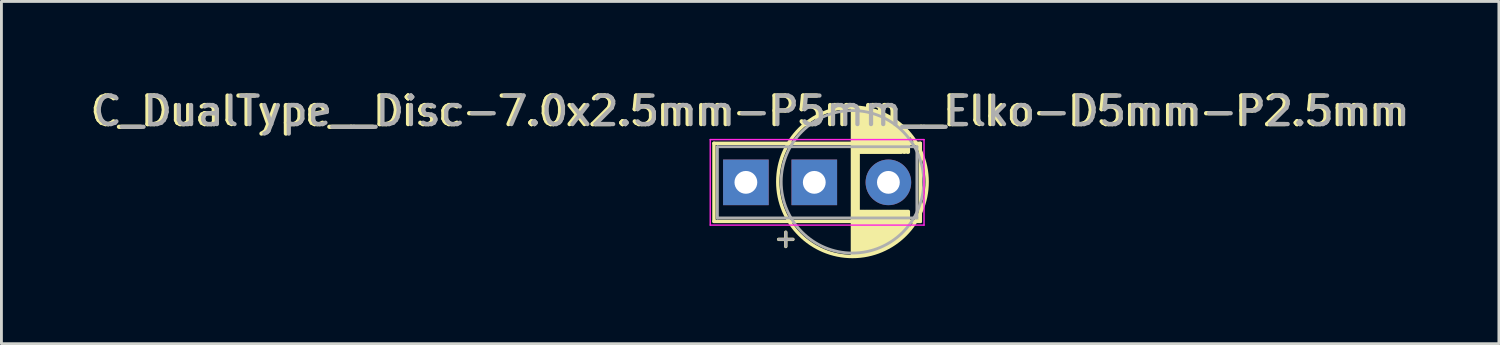
<source format=kicad_pcb>
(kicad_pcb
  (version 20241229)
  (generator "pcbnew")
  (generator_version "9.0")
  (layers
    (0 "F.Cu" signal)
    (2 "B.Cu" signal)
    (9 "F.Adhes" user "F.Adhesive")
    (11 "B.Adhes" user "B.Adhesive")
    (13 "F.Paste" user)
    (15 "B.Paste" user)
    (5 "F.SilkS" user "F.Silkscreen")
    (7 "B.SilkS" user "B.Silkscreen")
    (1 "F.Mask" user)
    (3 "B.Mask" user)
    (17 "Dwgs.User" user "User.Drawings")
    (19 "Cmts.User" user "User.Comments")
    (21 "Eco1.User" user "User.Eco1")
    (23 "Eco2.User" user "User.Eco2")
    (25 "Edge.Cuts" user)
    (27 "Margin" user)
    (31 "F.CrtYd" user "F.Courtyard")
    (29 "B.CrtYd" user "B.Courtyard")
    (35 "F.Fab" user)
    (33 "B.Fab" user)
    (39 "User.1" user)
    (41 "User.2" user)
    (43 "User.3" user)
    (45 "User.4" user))
  (footprint "C_DualType__Disc-7.0x2.5mm-P5mm__Elko-D5mm-P2.5mm"
    (layer "F.Cu")
    (at 23.12 3.348)
    (property "Reference" "C_DualType__Disc-7.0x2.5mm-P5mm__Elko-D5mm-P2.5mm" (at 0.1 -2.5 180) (layer "F.SilkS") (effects (font (size 1 1) (thickness 0.15))))
    (attr through_hole)
    (fp_line (start -1.12 -1.37) (end -1.12 1.37) (stroke (width 0.12) (type solid)) (layer "F.SilkS"))
    (fp_line (start -1.12 -1.37) (end 6.12 -1.37) (stroke (width 0.12) (type solid)) (layer "F.SilkS"))
    (fp_line (start -1.12 1.37) (end 6.12 1.37) (stroke (width 0.12) (type solid)) (layer "F.SilkS"))
    (fp_line (start 1.15 2) (end 1.65 2) (stroke (width 0.12) (type solid)) (layer "F.SilkS"))
    (fp_line (start 1.4 1.75) (end 1.4 2.25) (stroke (width 0.12) (type solid)) (layer "F.SilkS"))
    (fp_line (start 3.739 -2.599) (end 3.739 2.561) (stroke (width 0.12) (type solid)) (layer "F.SilkS"))
    (fp_line (start 3.779 -2.599) (end 3.779 2.561) (stroke (width 0.12) (type solid)) (layer "F.SilkS"))
    (fp_line (start 3.819 -2.598) (end 3.819 2.56) (stroke (width 0.12) (type solid)) (layer "F.SilkS"))
    (fp_line (start 3.859 -2.597) (end 3.859 2.559) (stroke (width 0.12) (type solid)) (layer "F.SilkS"))
    (fp_line (start 3.899 -2.595) (end 3.899 2.557) (stroke (width 0.12) (type solid)) (layer "F.SilkS"))
    (fp_line (start 3.939 -2.592) (end 3.939 2.554) (stroke (width 0.12) (type solid)) (layer "F.SilkS"))
    (fp_line (start 3.979 -2.588) (end 3.979 -1.059) (stroke (width 0.12) (type solid)) (layer "F.SilkS"))
    (fp_line (start 3.979 1.021) (end 3.979 2.55) (stroke (width 0.12) (type solid)) (layer "F.SilkS"))
    (fp_line (start 4.019 -2.584) (end 4.019 -1.059) (stroke (width 0.12) (type solid)) (layer "F.SilkS"))
    (fp_line (start 4.019 1.021) (end 4.019 2.546) (stroke (width 0.12) (type solid)) (layer "F.SilkS"))
    (fp_line (start 4.059 -2.58) (end 4.059 -1.059) (stroke (width 0.12) (type solid)) (layer "F.SilkS"))
    (fp_line (start 4.059 1.021) (end 4.059 2.542) (stroke (width 0.12) (type solid)) (layer "F.SilkS"))
    (fp_line (start 4.099 -2.575) (end 4.099 -1.059) (stroke (width 0.12) (type solid)) (layer "F.SilkS"))
    (fp_line (start 4.099 1.021) (end 4.099 2.537) (stroke (width 0.12) (type solid)) (layer "F.SilkS"))
    (fp_line (start 4.139 -2.569) (end 4.139 -1.059) (stroke (width 0.12) (type solid)) (layer "F.SilkS"))
    (fp_line (start 4.139 1.021) (end 4.139 2.531) (stroke (width 0.12) (type solid)) (layer "F.SilkS"))
    (fp_line (start 4.179 -2.562) (end 4.179 -1.059) (stroke (width 0.12) (type solid)) (layer "F.SilkS"))
    (fp_line (start 4.179 1.021) (end 4.179 2.524) (stroke (width 0.12) (type solid)) (layer "F.SilkS"))
    (fp_line (start 4.219 -2.555) (end 4.219 -1.059) (stroke (width 0.12) (type solid)) (layer "F.SilkS"))
    (fp_line (start 4.219 1.021) (end 4.219 2.517) (stroke (width 0.12) (type solid)) (layer "F.SilkS"))
    (fp_line (start 4.259 -2.547) (end 4.259 -1.059) (stroke (width 0.12) (type solid)) (layer "F.SilkS"))
    (fp_line (start 4.259 1.021) (end 4.259 2.509) (stroke (width 0.12) (type solid)) (layer "F.SilkS"))
    (fp_line (start 4.299 -2.539) (end 4.299 -1.059) (stroke (width 0.12) (type solid)) (layer "F.SilkS"))
    (fp_line (start 4.299 1.021) (end 4.299 2.501) (stroke (width 0.12) (type solid)) (layer "F.SilkS"))
    (fp_line (start 4.339 -2.53) (end 4.339 -1.059) (stroke (width 0.12) (type solid)) (layer "F.SilkS"))
    (fp_line (start 4.339 1.021) (end 4.339 2.492) (stroke (width 0.12) (type solid)) (layer "F.SilkS"))
    (fp_line (start 4.379 -2.52) (end 4.379 -1.059) (stroke (width 0.12) (type solid)) (layer "F.SilkS"))
    (fp_line (start 4.379 1.021) (end 4.379 2.482) (stroke (width 0.12) (type solid)) (layer "F.SilkS"))
    (fp_line (start 4.419 -2.51) (end 4.419 -1.059) (stroke (width 0.12) (type solid)) (layer "F.SilkS"))
    (fp_line (start 4.419 1.021) (end 4.419 2.472) (stroke (width 0.12) (type solid)) (layer "F.SilkS"))
    (fp_line (start 4.46 -2.499) (end 4.46 -1.059) (stroke (width 0.12) (type solid)) (layer "F.SilkS"))
    (fp_line (start 4.46 1.021) (end 4.46 2.461) (stroke (width 0.12) (type solid)) (layer "F.SilkS"))
    (fp_line (start 4.5 -2.487) (end 4.5 -1.059) (stroke (width 0.12) (type solid)) (layer "F.SilkS"))
    (fp_line (start 4.5 1.021) (end 4.5 2.449) (stroke (width 0.12) (type solid)) (layer "F.SilkS"))
    (fp_line (start 4.54 -2.474) (end 4.54 -1.059) (stroke (width 0.12) (type solid)) (layer "F.SilkS"))
    (fp_line (start 4.54 1.021) (end 4.54 2.436) (stroke (width 0.12) (type solid)) (layer "F.SilkS"))
    (fp_line (start 4.58 -2.461) (end 4.58 -1.059) (stroke (width 0.12) (type solid)) (layer "F.SilkS"))
    (fp_line (start 4.58 1.021) (end 4.58 2.423) (stroke (width 0.12) (type solid)) (layer "F.SilkS"))
    (fp_line (start 4.62 -2.447) (end 4.62 -1.059) (stroke (width 0.12) (type solid)) (layer "F.SilkS"))
    (fp_line (start 4.62 1.021) (end 4.62 2.409) (stroke (width 0.12) (type solid)) (layer "F.SilkS"))
    (fp_line (start 4.66 -2.433) (end 4.66 -1.059) (stroke (width 0.12) (type solid)) (layer "F.SilkS"))
    (fp_line (start 4.66 1.021) (end 4.66 2.395) (stroke (width 0.12) (type solid)) (layer "F.SilkS"))
    (fp_line (start 4.7 -2.417) (end 4.7 -1.059) (stroke (width 0.12) (type solid)) (layer "F.SilkS"))
    (fp_line (start 4.7 1.021) (end 4.7 2.379) (stroke (width 0.12) (type solid)) (layer "F.SilkS"))
    (fp_line (start 4.74 -2.401) (end 4.74 -1.059) (stroke (width 0.12) (type solid)) (layer "F.SilkS"))
    (fp_line (start 4.74 1.021) (end 4.74 2.363) (stroke (width 0.12) (type solid)) (layer "F.SilkS"))
    (fp_line (start 4.78 -2.384) (end 4.78 -1.059) (stroke (width 0.12) (type solid)) (layer "F.SilkS"))
    (fp_line (start 4.78 1.021) (end 4.78 2.346) (stroke (width 0.12) (type solid)) (layer "F.SilkS"))
    (fp_line (start 4.82 -2.367) (end 4.82 -1.059) (stroke (width 0.12) (type solid)) (layer "F.SilkS"))
    (fp_line (start 4.82 1.021) (end 4.82 2.329) (stroke (width 0.12) (type solid)) (layer "F.SilkS"))
    (fp_line (start 4.86 -2.348) (end 4.86 -1.059) (stroke (width 0.12) (type solid)) (layer "F.SilkS"))
    (fp_line (start 4.86 1.021) (end 4.86 2.31) (stroke (width 0.12) (type solid)) (layer "F.SilkS"))
    (fp_line (start 4.9 -2.329) (end 4.9 -1.059) (stroke (width 0.12) (type solid)) (layer "F.SilkS"))
    (fp_line (start 4.9 1.021) (end 4.9 2.291) (stroke (width 0.12) (type solid)) (layer "F.SilkS"))
    (fp_line (start 4.94 -2.309) (end 4.94 -1.059) (stroke (width 0.12) (type solid)) (layer "F.SilkS"))
    (fp_line (start 4.94 1.021) (end 4.94 2.271) (stroke (width 0.12) (type solid)) (layer "F.SilkS"))
    (fp_line (start 4.98 -2.287) (end 4.98 -1.059) (stroke (width 0.12) (type solid)) (layer "F.SilkS"))
    (fp_line (start 4.98 1.021) (end 4.98 2.249) (stroke (width 0.12) (type solid)) (layer "F.SilkS"))
    (fp_line (start 5.02 -2.266) (end 5.02 -1.059) (stroke (width 0.12) (type solid)) (layer "F.SilkS"))
    (fp_line (start 5.02 1.021) (end 5.02 2.228) (stroke (width 0.12) (type solid)) (layer "F.SilkS"))
    (fp_line (start 5.06 -2.243) (end 5.06 -1.059) (stroke (width 0.12) (type solid)) (layer "F.SilkS"))
    (fp_line (start 5.06 1.021) (end 5.06 2.205) (stroke (width 0.12) (type solid)) (layer "F.SilkS"))
    (fp_line (start 5.1 -2.219) (end 5.1 -1.059) (stroke (width 0.12) (type solid)) (layer "F.SilkS"))
    (fp_line (start 5.1 1.021) (end 5.1 2.181) (stroke (width 0.12) (type solid)) (layer "F.SilkS"))
    (fp_line (start 5.14 -2.194) (end 5.14 -1.059) (stroke (width 0.12) (type solid)) (layer "F.SilkS"))
    (fp_line (start 5.14 1.021) (end 5.14 2.156) (stroke (width 0.12) (type solid)) (layer "F.SilkS"))
    (fp_line (start 5.18 -2.168) (end 5.18 -1.059) (stroke (width 0.12) (type solid)) (layer "F.SilkS"))
    (fp_line (start 5.18 1.021) (end 5.18 2.13) (stroke (width 0.12) (type solid)) (layer "F.SilkS"))
    (fp_line (start 5.22 -2.141) (end 5.22 -1.059) (stroke (width 0.12) (type solid)) (layer "F.SilkS"))
    (fp_line (start 5.22 1.021) (end 5.22 2.103) (stroke (width 0.12) (type solid)) (layer "F.SilkS"))
    (fp_line (start 5.26 -2.114) (end 5.26 -1.059) (stroke (width 0.12) (type solid)) (layer "F.SilkS"))
    (fp_line (start 5.26 1.021) (end 5.26 2.076) (stroke (width 0.12) (type solid)) (layer "F.SilkS"))
    (fp_line (start 5.3 -2.084) (end 5.3 -1.059) (stroke (width 0.12) (type solid)) (layer "F.SilkS"))
    (fp_line (start 5.3 1.021) (end 5.3 2.046) (stroke (width 0.12) (type solid)) (layer "F.SilkS"))
    (fp_line (start 5.34 -2.054) (end 5.34 -1.059) (stroke (width 0.12) (type solid)) (layer "F.SilkS"))
    (fp_line (start 5.34 1.021) (end 5.34 2.016) (stroke (width 0.12) (type solid)) (layer "F.SilkS"))
    (fp_line (start 5.38 -2.023) (end 5.38 -1.059) (stroke (width 0.12) (type solid)) (layer "F.SilkS"))
    (fp_line (start 5.38 1.021) (end 5.38 1.985) (stroke (width 0.12) (type solid)) (layer "F.SilkS"))
    (fp_line (start 5.42 -1.99) (end 5.42 -1.059) (stroke (width 0.12) (type solid)) (layer "F.SilkS"))
    (fp_line (start 5.42 1.021) (end 5.42 1.952) (stroke (width 0.12) (type solid)) (layer "F.SilkS"))
    (fp_line (start 5.46 -1.956) (end 5.46 -1.059) (stroke (width 0.12) (type solid)) (layer "F.SilkS"))
    (fp_line (start 5.46 1.021) (end 5.46 1.918) (stroke (width 0.12) (type solid)) (layer "F.SilkS"))
    (fp_line (start 5.5 1.021) (end 5.5 1.882) (stroke (width 0.12) (type solid)) (layer "F.SilkS"))
    (fp_line (start 5.54 -1.883) (end 5.54 -1.059) (stroke (width 0.12) (type solid)) (layer "F.SilkS"))
    (fp_line (start 5.54 1.021) (end 5.54 1.845) (stroke (width 0.12) (type solid)) (layer "F.SilkS"))
    (fp_line (start 5.58 -1.845) (end 5.58 -1.059) (stroke (width 0.12) (type solid)) (layer "F.SilkS"))
    (fp_line (start 5.58 1.021) (end 5.58 1.807) (stroke (width 0.12) (type solid)) (layer "F.SilkS"))
    (fp_line (start 5.62 1.021) (end 5.62 1.766) (stroke (width 0.12) (type solid)) (layer "F.SilkS"))
    (fp_line (start 5.66 -1.762) (end 5.66 -1.059) (stroke (width 0.12) (type solid)) (layer "F.SilkS"))
    (fp_line (start 5.66 1.021) (end 5.66 1.724) (stroke (width 0.12) (type solid)) (layer "F.SilkS"))
    (fp_line (start 5.7 -1.718) (end 5.7 -1.059) (stroke (width 0.12) (type solid)) (layer "F.SilkS"))
    (fp_line (start 5.7 1.021) (end 5.7 1.68) (stroke (width 0.12) (type solid)) (layer "F.SilkS"))
    (fp_line (start 6.12 -1.37) (end 6.12 1.37) (stroke (width 0.12) (type solid)) (layer "F.SilkS"))
    (fp_circle (center 3.739 -0.019) (end 6.359 -0.019) (stroke (width 0.12) (type solid)) (fill no) (layer "F.SilkS"))
    (fp_line (start -1.25 -1.5) (end -1.25 1.5) (stroke (width 0.05) (type solid)) (layer "F.CrtYd"))
    (fp_line (start -1.25 1.5) (end 6.25 1.5) (stroke (width 0.05) (type solid)) (layer "F.CrtYd"))
    (fp_line (start 6.25 -1.5) (end -1.25 -1.5) (stroke (width 0.05) (type solid)) (layer "F.CrtYd"))
    (fp_line (start 6.25 1.5) (end 6.25 -1.5) (stroke (width 0.05) (type solid)) (layer "F.CrtYd"))
    (fp_line (start -1 -1.25) (end -1 1.25) (stroke (width 0.1) (type solid)) (layer "F.Fab"))
    (fp_line (start -1 1.25) (end 6 1.25) (stroke (width 0.1) (type solid)) (layer "F.Fab"))
    (fp_line (start 1.15 2) (end 1.65 2) (stroke (width 0.1) (type solid)) (layer "F.Fab"))
    (fp_line (start 1.4 1.75) (end 1.4 2.25) (stroke (width 0.1) (type solid)) (layer "F.Fab"))
    (fp_line (start 6 -1.25) (end -1 -1.25) (stroke (width 0.1) (type solid)) (layer "F.Fab"))
    (fp_line (start 6 1.25) (end 6 -1.25) (stroke (width 0.1) (type solid)) (layer "F.Fab"))
    (fp_circle (center 3.739 -0.019) (end 6.239 -0.019) (stroke (width 0.1) (type solid)) (fill no) (layer "F.Fab"))
    (fp_text user "${REFERENCE}" (at 0.2 -2.5 180) (layer "F.Fab") (effects (font (size 1 1) (thickness 0.15))))
    (pad "1" thru_hole rect (at 0 0) (size 1.6 1.6) (drill 0.8) (layers "*.Cu" "*.Mask"))
    (pad "1" thru_hole rect (at 2.4 0) (size 1.6 1.6) (drill 0.8) (layers "*.Cu" "*.Mask"))
    (pad "2" thru_hole circle (at 5 0) (size 1.6 1.6) (drill 0.8) (layers "*.Cu" "*.Mask")))
  (gr_rect
    (start -3 -3)
    (end 49.54 9.009)
    (stroke (width 0.1) (type default))
    (fill no)
    (layer "Edge.Cuts")))
</source>
